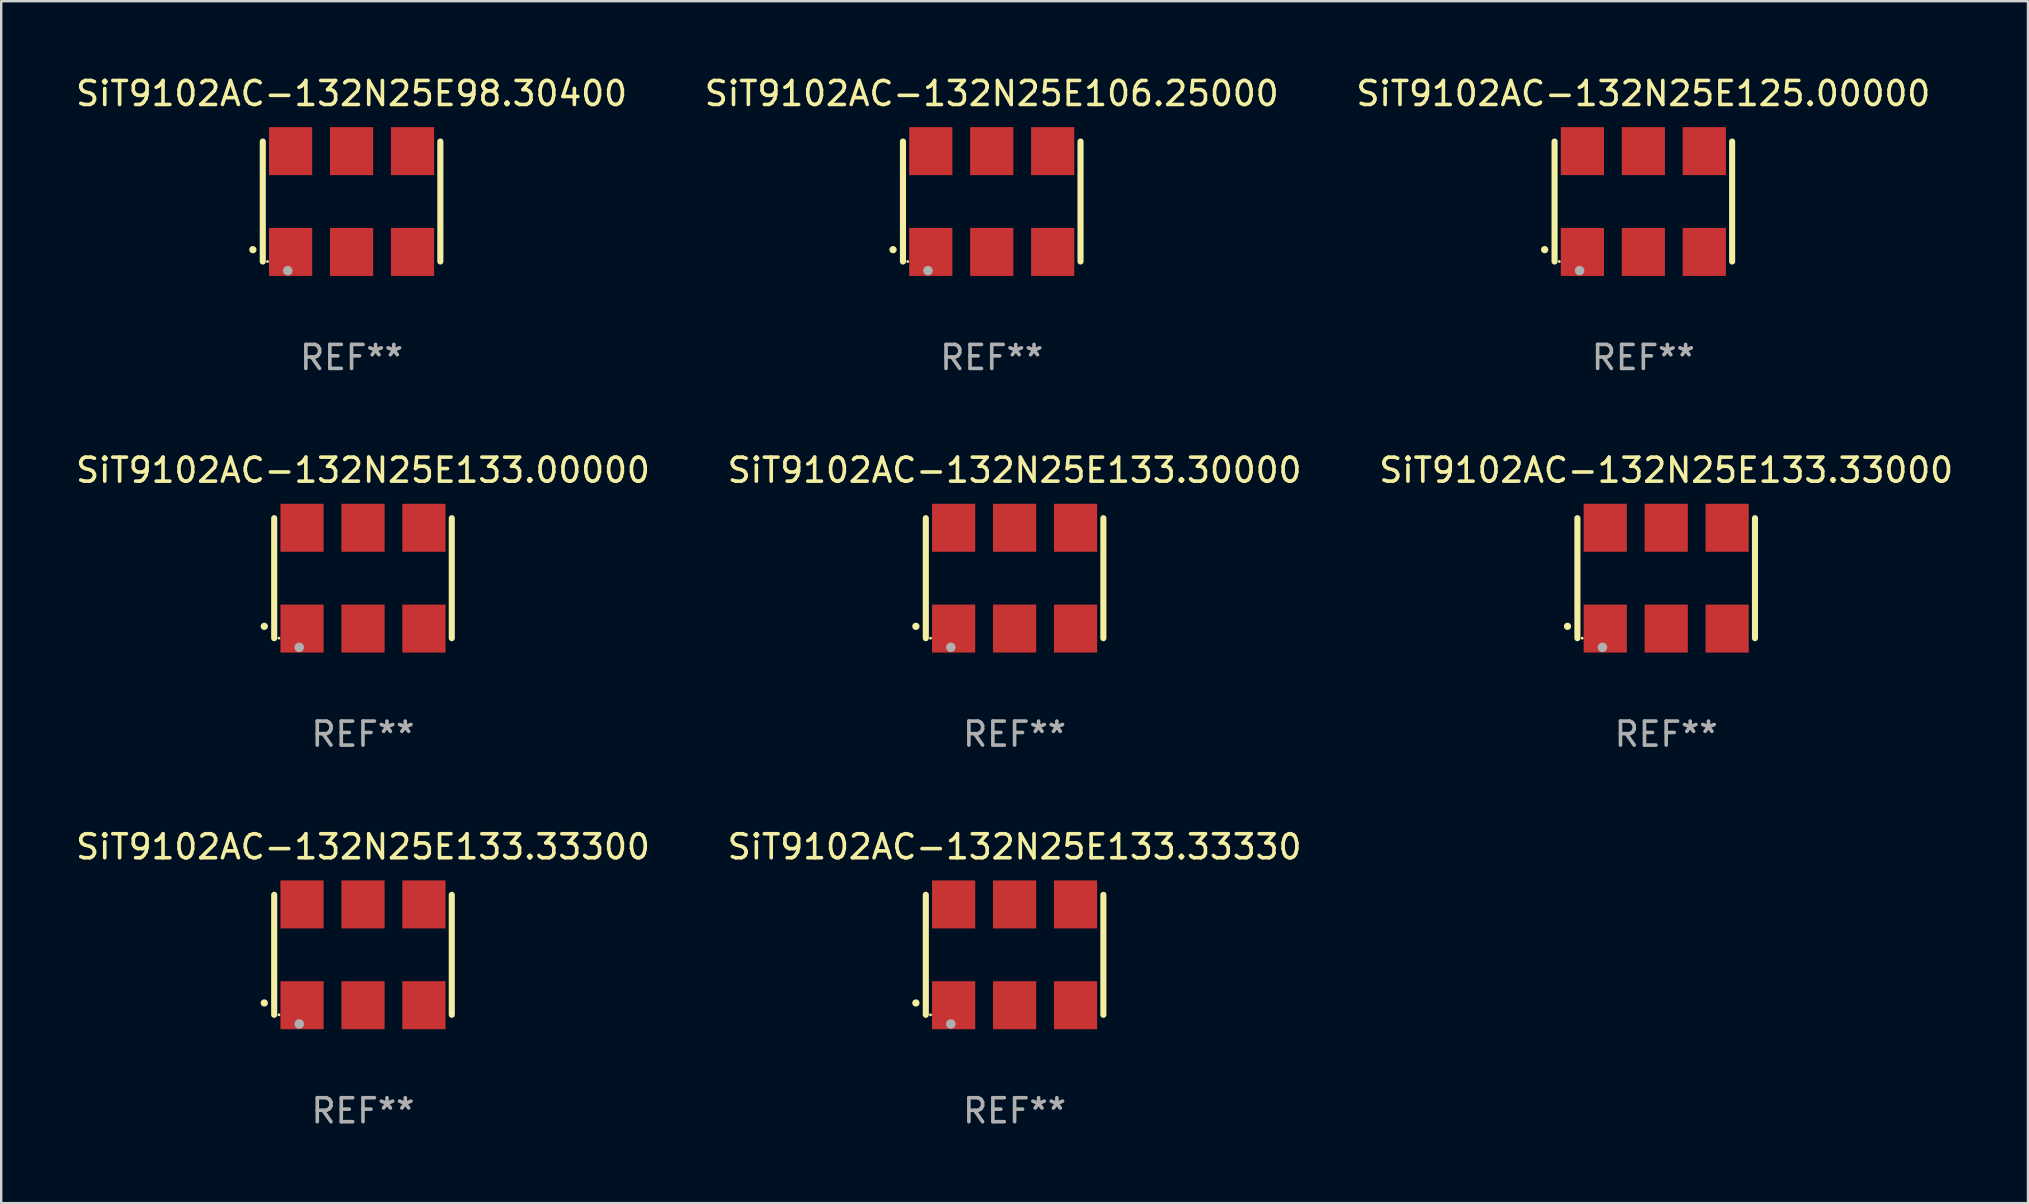
<source format=kicad_pcb>
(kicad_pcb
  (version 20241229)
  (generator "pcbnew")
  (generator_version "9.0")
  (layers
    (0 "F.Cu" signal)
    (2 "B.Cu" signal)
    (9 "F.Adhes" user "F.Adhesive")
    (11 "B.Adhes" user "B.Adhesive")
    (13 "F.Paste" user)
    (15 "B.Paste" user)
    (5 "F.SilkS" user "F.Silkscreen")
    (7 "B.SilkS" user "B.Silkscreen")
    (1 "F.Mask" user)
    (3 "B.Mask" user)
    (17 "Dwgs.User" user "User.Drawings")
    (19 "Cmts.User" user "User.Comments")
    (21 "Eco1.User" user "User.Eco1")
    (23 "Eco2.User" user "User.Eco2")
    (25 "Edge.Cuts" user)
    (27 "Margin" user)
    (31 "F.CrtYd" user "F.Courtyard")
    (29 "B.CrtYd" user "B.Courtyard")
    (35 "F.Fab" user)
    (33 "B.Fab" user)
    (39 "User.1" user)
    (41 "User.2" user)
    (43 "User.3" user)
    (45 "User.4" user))
  (footprint "SiT9102AC-132N25E133.33330"
    (layer "F.Cu")
    (at 39.232 36.741)
    (property "Reference" "SiT9102AC-132N25E133.33330" (at 0 -4.5 0) (layer "F.SilkS") (effects (font (size 1 1) (thickness 0.15))))
    (attr through_hole)
    (fp_line (start -3.7 -2.5) (end -3.7 2.5) (stroke (width 0.254) (type solid)) (layer "F.SilkS"))
    (fp_line (start 3.7 -2.5) (end 3.7 2.5) (stroke (width 0.254) (type solid)) (layer "F.SilkS"))
    (fp_arc (start -4.114415 2.006604) (mid -4.113145 2.006599) (end -4.111875 2.006604) (stroke (width 0.3) (type solid)) (layer "F.SilkS"))
    (fp_circle (center -3.502 2.5) (end -3.472 2.5) (stroke (width 0.06) (type solid)) (fill no) (layer "F.SilkS"))
    (fp_circle (center -2.657 2.882) (end -2.557 2.882) (stroke (width 0.2) (type solid)) (fill no) (layer "F.Fab"))
    (fp_text user "REF**" (at 0 6.5 0) (layer "F.Fab") (effects (font (size 1 1) (thickness 0.15))))
    (pad "1" smd rect (at -2.54 2.1) (size 1.8 2) (layers "F.Cu" "F.Mask" "F.Paste"))
    (pad "2" smd rect (at 0.000394 2.1) (size 1.8 2) (layers "F.Cu" "F.Mask" "F.Paste"))
    (pad "3" smd rect (at 2.54 2.1) (size 1.8 2) (layers "F.Cu" "F.Mask" "F.Paste"))
    (pad "4" smd rect (at 2.54 -2.1) (size 1.8 2) (layers "F.Cu" "F.Mask" "F.Paste"))
    (pad "5" smd rect (at 0.000394 -2.1) (size 1.8 2) (layers "F.Cu" "F.Mask" "F.Paste"))
    (pad "6" smd rect (at -2.54 -2.1) (size 1.8 2) (layers "F.Cu" "F.Mask" "F.Paste")))
  (footprint "SiT9102AC-132N25E133.30000"
    (layer "F.Cu")
    (at 39.232 21.045)
    (property "Reference" "SiT9102AC-132N25E133.30000" (at 0 -4.5 0) (layer "F.SilkS") (effects (font (size 1 1) (thickness 0.15))))
    (attr through_hole)
    (fp_line (start -3.7 -2.5) (end -3.7 2.5) (stroke (width 0.254) (type solid)) (layer "F.SilkS"))
    (fp_line (start 3.7 -2.5) (end 3.7 2.5) (stroke (width 0.254) (type solid)) (layer "F.SilkS"))
    (fp_arc (start -4.114415 2.006604) (mid -4.113145 2.006599) (end -4.111875 2.006604) (stroke (width 0.3) (type solid)) (layer "F.SilkS"))
    (fp_circle (center -3.502 2.5) (end -3.472 2.5) (stroke (width 0.06) (type solid)) (fill no) (layer "F.SilkS"))
    (fp_circle (center -2.657 2.882) (end -2.557 2.882) (stroke (width 0.2) (type solid)) (fill no) (layer "F.Fab"))
    (fp_text user "REF**" (at 0 6.5 0) (layer "F.Fab") (effects (font (size 1 1) (thickness 0.15))))
    (pad "1" smd rect (at -2.54 2.1) (size 1.8 2) (layers "F.Cu" "F.Mask" "F.Paste"))
    (pad "2" smd rect (at 0.000394 2.1) (size 1.8 2) (layers "F.Cu" "F.Mask" "F.Paste"))
    (pad "3" smd rect (at 2.54 2.1) (size 1.8 2) (layers "F.Cu" "F.Mask" "F.Paste"))
    (pad "4" smd rect (at 2.54 -2.1) (size 1.8 2) (layers "F.Cu" "F.Mask" "F.Paste"))
    (pad "5" smd rect (at 0.000394 -2.1) (size 1.8 2) (layers "F.Cu" "F.Mask" "F.Paste"))
    (pad "6" smd rect (at -2.54 -2.1) (size 1.8 2) (layers "F.Cu" "F.Mask" "F.Paste")))
  (footprint "SiT9102AC-132N25E133.33300"
    (layer "F.Cu")
    (at 12.077 36.741)
    (property "Reference" "SiT9102AC-132N25E133.33300" (at 0 -4.5 0) (layer "F.SilkS") (effects (font (size 1 1) (thickness 0.15))))
    (attr through_hole)
    (fp_line (start -3.7 -2.5) (end -3.7 2.5) (stroke (width 0.254) (type solid)) (layer "F.SilkS"))
    (fp_line (start 3.7 -2.5) (end 3.7 2.5) (stroke (width 0.254) (type solid)) (layer "F.SilkS"))
    (fp_arc (start -4.114415 2.006604) (mid -4.113145 2.006599) (end -4.111875 2.006604) (stroke (width 0.3) (type solid)) (layer "F.SilkS"))
    (fp_circle (center -3.502 2.5) (end -3.472 2.5) (stroke (width 0.06) (type solid)) (fill no) (layer "F.SilkS"))
    (fp_circle (center -2.657 2.882) (end -2.557 2.882) (stroke (width 0.2) (type solid)) (fill no) (layer "F.Fab"))
    (fp_text user "REF**" (at 0 6.5 0) (layer "F.Fab") (effects (font (size 1 1) (thickness 0.15))))
    (pad "1" smd rect (at -2.54 2.1) (size 1.8 2) (layers "F.Cu" "F.Mask" "F.Paste"))
    (pad "2" smd rect (at 0.000394 2.1) (size 1.8 2) (layers "F.Cu" "F.Mask" "F.Paste"))
    (pad "3" smd rect (at 2.54 2.1) (size 1.8 2) (layers "F.Cu" "F.Mask" "F.Paste"))
    (pad "4" smd rect (at 2.54 -2.1) (size 1.8 2) (layers "F.Cu" "F.Mask" "F.Paste"))
    (pad "5" smd rect (at 0.000394 -2.1) (size 1.8 2) (layers "F.Cu" "F.Mask" "F.Paste"))
    (pad "6" smd rect (at -2.54 -2.1) (size 1.8 2) (layers "F.Cu" "F.Mask" "F.Paste")))
  (footprint "SiT9102AC-132N25E98.30400"
    (layer "F.Cu")
    (at 11.601 5.348)
    (property "Reference" "SiT9102AC-132N25E98.30400" (at 0 -4.5 0) (layer "F.SilkS") (effects (font (size 1 1) (thickness 0.15))))
    (attr through_hole)
    (fp_line (start -3.7 -2.5) (end -3.7 2.5) (stroke (width 0.254) (type solid)) (layer "F.SilkS"))
    (fp_line (start 3.7 -2.5) (end 3.7 2.5) (stroke (width 0.254) (type solid)) (layer "F.SilkS"))
    (fp_arc (start -4.114415 2.006604) (mid -4.113145 2.006599) (end -4.111875 2.006604) (stroke (width 0.3) (type solid)) (layer "F.SilkS"))
    (fp_circle (center -3.502 2.5) (end -3.472 2.5) (stroke (width 0.06) (type solid)) (fill no) (layer "F.SilkS"))
    (fp_circle (center -2.657 2.882) (end -2.557 2.882) (stroke (width 0.2) (type solid)) (fill no) (layer "F.Fab"))
    (fp_text user "REF**" (at 0 6.5 0) (layer "F.Fab") (effects (font (size 1 1) (thickness 0.15))))
    (pad "1" smd rect (at -2.54 2.1) (size 1.8 2) (layers "F.Cu" "F.Mask" "F.Paste"))
    (pad "2" smd rect (at 0.000394 2.1) (size 1.8 2) (layers "F.Cu" "F.Mask" "F.Paste"))
    (pad "3" smd rect (at 2.54 2.1) (size 1.8 2) (layers "F.Cu" "F.Mask" "F.Paste"))
    (pad "4" smd rect (at 2.54 -2.1) (size 1.8 2) (layers "F.Cu" "F.Mask" "F.Paste"))
    (pad "5" smd rect (at 0.000394 -2.1) (size 1.8 2) (layers "F.Cu" "F.Mask" "F.Paste"))
    (pad "6" smd rect (at -2.54 -2.1) (size 1.8 2) (layers "F.Cu" "F.Mask" "F.Paste")))
  (footprint "SiT9102AC-132N25E125.00000"
    (layer "F.Cu")
    (at 65.435 5.348)
    (property "Reference" "SiT9102AC-132N25E125.00000" (at 0 -4.5 0) (layer "F.SilkS") (effects (font (size 1 1) (thickness 0.15))))
    (attr through_hole)
    (fp_line (start -3.7 -2.5) (end -3.7 2.5) (stroke (width 0.254) (type solid)) (layer "F.SilkS"))
    (fp_line (start 3.7 -2.5) (end 3.7 2.5) (stroke (width 0.254) (type solid)) (layer "F.SilkS"))
    (fp_arc (start -4.114415 2.006604) (mid -4.113145 2.006599) (end -4.111875 2.006604) (stroke (width 0.3) (type solid)) (layer "F.SilkS"))
    (fp_circle (center -3.502 2.5) (end -3.472 2.5) (stroke (width 0.06) (type solid)) (fill no) (layer "F.SilkS"))
    (fp_circle (center -2.657 2.882) (end -2.557 2.882) (stroke (width 0.2) (type solid)) (fill no) (layer "F.Fab"))
    (fp_text user "REF**" (at 0 6.5 0) (layer "F.Fab") (effects (font (size 1 1) (thickness 0.15))))
    (pad "1" smd rect (at -2.54 2.1) (size 1.8 2) (layers "F.Cu" "F.Mask" "F.Paste"))
    (pad "2" smd rect (at 0.000394 2.1) (size 1.8 2) (layers "F.Cu" "F.Mask" "F.Paste"))
    (pad "3" smd rect (at 2.54 2.1) (size 1.8 2) (layers "F.Cu" "F.Mask" "F.Paste"))
    (pad "4" smd rect (at 2.54 -2.1) (size 1.8 2) (layers "F.Cu" "F.Mask" "F.Paste"))
    (pad "5" smd rect (at 0.000394 -2.1) (size 1.8 2) (layers "F.Cu" "F.Mask" "F.Paste"))
    (pad "6" smd rect (at -2.54 -2.1) (size 1.8 2) (layers "F.Cu" "F.Mask" "F.Paste")))
  (footprint "SiT9102AC-132N25E133.33000"
    (layer "F.Cu")
    (at 66.387 21.045)
    (property "Reference" "SiT9102AC-132N25E133.33000" (at 0 -4.5 0) (layer "F.SilkS") (effects (font (size 1 1) (thickness 0.15))))
    (attr through_hole)
    (fp_line (start -3.7 -2.5) (end -3.7 2.5) (stroke (width 0.254) (type solid)) (layer "F.SilkS"))
    (fp_line (start 3.7 -2.5) (end 3.7 2.5) (stroke (width 0.254) (type solid)) (layer "F.SilkS"))
    (fp_arc (start -4.114415 2.006604) (mid -4.113145 2.006599) (end -4.111875 2.006604) (stroke (width 0.3) (type solid)) (layer "F.SilkS"))
    (fp_circle (center -3.502 2.5) (end -3.472 2.5) (stroke (width 0.06) (type solid)) (fill no) (layer "F.SilkS"))
    (fp_circle (center -2.657 2.882) (end -2.557 2.882) (stroke (width 0.2) (type solid)) (fill no) (layer "F.Fab"))
    (fp_text user "REF**" (at 0 6.5 0) (layer "F.Fab") (effects (font (size 1 1) (thickness 0.15))))
    (pad "1" smd rect (at -2.54 2.1) (size 1.8 2) (layers "F.Cu" "F.Mask" "F.Paste"))
    (pad "2" smd rect (at 0.000394 2.1) (size 1.8 2) (layers "F.Cu" "F.Mask" "F.Paste"))
    (pad "3" smd rect (at 2.54 2.1) (size 1.8 2) (layers "F.Cu" "F.Mask" "F.Paste"))
    (pad "4" smd rect (at 2.54 -2.1) (size 1.8 2) (layers "F.Cu" "F.Mask" "F.Paste"))
    (pad "5" smd rect (at 0.000394 -2.1) (size 1.8 2) (layers "F.Cu" "F.Mask" "F.Paste"))
    (pad "6" smd rect (at -2.54 -2.1) (size 1.8 2) (layers "F.Cu" "F.Mask" "F.Paste")))
  (footprint "SiT9102AC-132N25E106.25000"
    (layer "F.Cu")
    (at 38.28 5.348)
    (property "Reference" "SiT9102AC-132N25E106.25000" (at 0 -4.5 0) (layer "F.SilkS") (effects (font (size 1 1) (thickness 0.15))))
    (attr through_hole)
    (fp_line (start -3.7 -2.5) (end -3.7 2.5) (stroke (width 0.254) (type solid)) (layer "F.SilkS"))
    (fp_line (start 3.7 -2.5) (end 3.7 2.5) (stroke (width 0.254) (type solid)) (layer "F.SilkS"))
    (fp_arc (start -4.114415 2.006604) (mid -4.113145 2.006599) (end -4.111875 2.006604) (stroke (width 0.3) (type solid)) (layer "F.SilkS"))
    (fp_circle (center -3.502 2.5) (end -3.472 2.5) (stroke (width 0.06) (type solid)) (fill no) (layer "F.SilkS"))
    (fp_circle (center -2.657 2.882) (end -2.557 2.882) (stroke (width 0.2) (type solid)) (fill no) (layer "F.Fab"))
    (fp_text user "REF**" (at 0 6.5 0) (layer "F.Fab") (effects (font (size 1 1) (thickness 0.15))))
    (pad "1" smd rect (at -2.54 2.1) (size 1.8 2) (layers "F.Cu" "F.Mask" "F.Paste"))
    (pad "2" smd rect (at 0.000394 2.1) (size 1.8 2) (layers "F.Cu" "F.Mask" "F.Paste"))
    (pad "3" smd rect (at 2.54 2.1) (size 1.8 2) (layers "F.Cu" "F.Mask" "F.Paste"))
    (pad "4" smd rect (at 2.54 -2.1) (size 1.8 2) (layers "F.Cu" "F.Mask" "F.Paste"))
    (pad "5" smd rect (at 0.000394 -2.1) (size 1.8 2) (layers "F.Cu" "F.Mask" "F.Paste"))
    (pad "6" smd rect (at -2.54 -2.1) (size 1.8 2) (layers "F.Cu" "F.Mask" "F.Paste")))
  (footprint "SiT9102AC-132N25E133.00000"
    (layer "F.Cu")
    (at 12.077 21.045)
    (property "Reference" "SiT9102AC-132N25E133.00000" (at 0 -4.5 0) (layer "F.SilkS") (effects (font (size 1 1) (thickness 0.15))))
    (attr through_hole)
    (fp_line (start -3.7 -2.5) (end -3.7 2.5) (stroke (width 0.254) (type solid)) (layer "F.SilkS"))
    (fp_line (start 3.7 -2.5) (end 3.7 2.5) (stroke (width 0.254) (type solid)) (layer "F.SilkS"))
    (fp_arc (start -4.114415 2.006604) (mid -4.113145 2.006599) (end -4.111875 2.006604) (stroke (width 0.3) (type solid)) (layer "F.SilkS"))
    (fp_circle (center -3.502 2.5) (end -3.472 2.5) (stroke (width 0.06) (type solid)) (fill no) (layer "F.SilkS"))
    (fp_circle (center -2.657 2.882) (end -2.557 2.882) (stroke (width 0.2) (type solid)) (fill no) (layer "F.Fab"))
    (fp_text user "REF**" (at 0 6.5 0) (layer "F.Fab") (effects (font (size 1 1) (thickness 0.15))))
    (pad "1" smd rect (at -2.54 2.1) (size 1.8 2) (layers "F.Cu" "F.Mask" "F.Paste"))
    (pad "2" smd rect (at 0.000394 2.1) (size 1.8 2) (layers "F.Cu" "F.Mask" "F.Paste"))
    (pad "3" smd rect (at 2.54 2.1) (size 1.8 2) (layers "F.Cu" "F.Mask" "F.Paste"))
    (pad "4" smd rect (at 2.54 -2.1) (size 1.8 2) (layers "F.Cu" "F.Mask" "F.Paste"))
    (pad "5" smd rect (at 0.000394 -2.1) (size 1.8 2) (layers "F.Cu" "F.Mask" "F.Paste"))
    (pad "6" smd rect (at -2.54 -2.1) (size 1.8 2) (layers "F.Cu" "F.Mask" "F.Paste")))
  (gr_rect
    (start -3 -3)
    (end 81.464 47.09)
    (stroke (width 0.1) (type default))
    (fill no)
    (layer "Edge.Cuts")))
</source>
